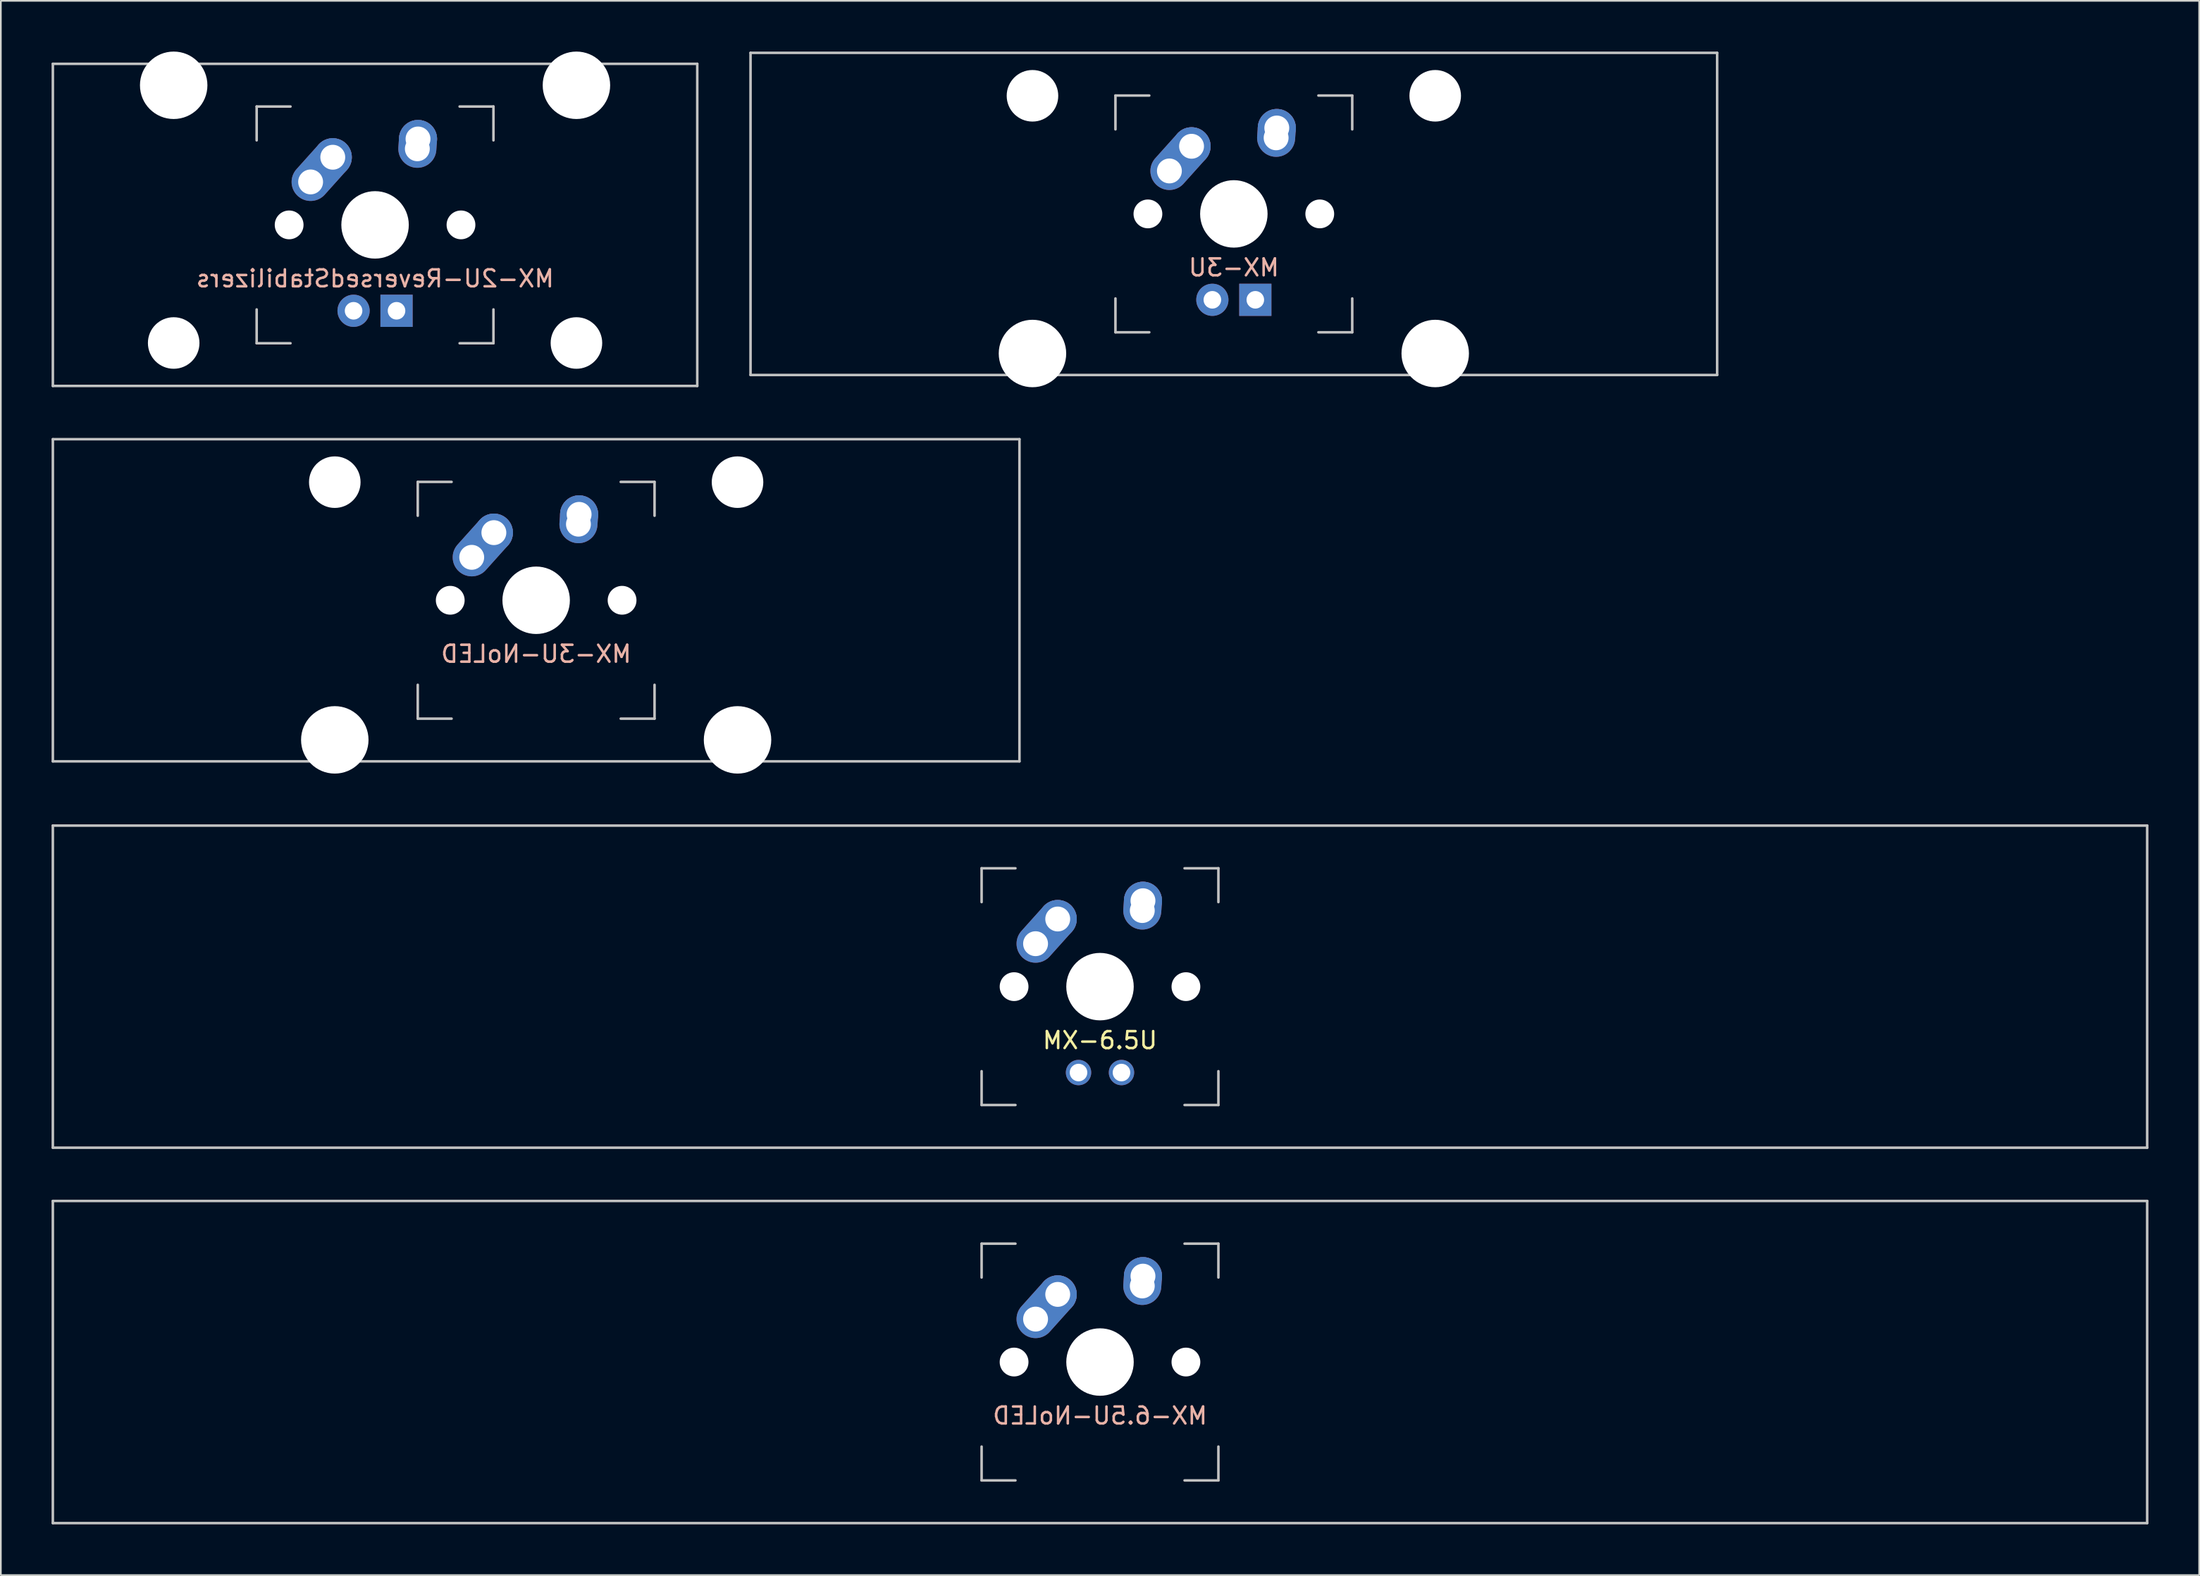
<source format=kicad_pcb>
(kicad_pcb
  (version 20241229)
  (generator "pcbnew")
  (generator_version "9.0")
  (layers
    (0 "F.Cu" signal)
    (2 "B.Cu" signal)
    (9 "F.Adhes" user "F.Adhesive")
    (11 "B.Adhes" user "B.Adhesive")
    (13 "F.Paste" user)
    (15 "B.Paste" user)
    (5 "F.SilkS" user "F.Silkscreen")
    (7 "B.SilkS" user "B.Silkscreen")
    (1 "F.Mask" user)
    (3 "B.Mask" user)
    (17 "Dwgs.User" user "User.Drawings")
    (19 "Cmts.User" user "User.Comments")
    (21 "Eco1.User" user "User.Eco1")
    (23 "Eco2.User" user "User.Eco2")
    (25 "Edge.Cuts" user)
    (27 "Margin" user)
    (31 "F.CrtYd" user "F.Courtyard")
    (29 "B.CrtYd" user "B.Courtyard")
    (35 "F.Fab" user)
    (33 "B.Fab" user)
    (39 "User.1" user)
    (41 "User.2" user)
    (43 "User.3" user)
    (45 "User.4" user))
  (footprint "MX-6.5U-NoLED"
    (layer "F.Cu")
    (at 61.987 77.498)
    (property "Reference" "MX-6.5U-NoLED" (at 0 3.175 0) (layer "B.SilkS") (effects (font (size 1 1) (thickness 0.15)) (justify mirror)))
    (attr through_hole)
    (fp_line (start -61.913 -9.525) (end 61.913 -9.525) (stroke (width 0.15) (type solid)) (layer "Dwgs.User"))
    (fp_line (start -61.913 9.525) (end -61.913 -9.525) (stroke (width 0.15) (type solid)) (layer "Dwgs.User"))
    (fp_line (start -7 -7) (end -7 -5) (stroke (width 0.15) (type solid)) (layer "Dwgs.User"))
    (fp_line (start -7 5) (end -7 7) (stroke (width 0.15) (type solid)) (layer "Dwgs.User"))
    (fp_line (start -7 7) (end -5 7) (stroke (width 0.15) (type solid)) (layer "Dwgs.User"))
    (fp_line (start -5 -7) (end -7 -7) (stroke (width 0.15) (type solid)) (layer "Dwgs.User"))
    (fp_line (start 5 -7) (end 7 -7) (stroke (width 0.15) (type solid)) (layer "Dwgs.User"))
    (fp_line (start 5 7) (end 7 7) (stroke (width 0.15) (type solid)) (layer "Dwgs.User"))
    (fp_line (start 7 -7) (end 7 -5) (stroke (width 0.15) (type solid)) (layer "Dwgs.User"))
    (fp_line (start 7 7) (end 7 5) (stroke (width 0.15) (type solid)) (layer "Dwgs.User"))
    (fp_line (start 61.913 -9.525) (end 61.913 9.525) (stroke (width 0.15) (type solid)) (layer "Dwgs.User"))
    (fp_line (start 61.913 9.525) (end -61.913 9.525) (stroke (width 0.15) (type solid)) (layer "Dwgs.User"))
    (pad "" np_thru_hole circle (at -5.08 0 48.1) (size 1.702 1.702) (drill 1.702) (layers "*.Cu" "*.Mask"))
    (pad "" np_thru_hole circle (at 0 0) (size 3.988 3.988) (drill 3.988) (layers "*.Cu" "*.Mask"))
    (pad "" np_thru_hole circle (at 5.08 0 48.1) (size 1.702 1.702) (drill 1.702) (layers "*.Cu" "*.Mask"))
    (pad "1" thru_hole oval (at -3.81 -2.54 48.1) (size 4.212 2.25) (drill 1.47 (offset 0.981 0)) (layers "*.Cu" "*.Mask"))
    (pad "1" thru_hole circle (at -2.5 -4) (size 2.25 2.25) (drill 1.47) (layers "*.Cu" "*.Mask"))
    (pad "2" thru_hole oval (at 2.5 -4.5 86.055) (size 2.831 2.25) (drill 1.47 (offset 0.291 0)) (layers "*.Cu" "*.Mask"))
    (pad "2" thru_hole circle (at 2.54 -5.08) (size 2.25 2.25) (drill 1.47) (layers "*.Cu" "*.Mask")))
  (footprint "MX-3U-NoLED"
    (layer "F.Cu")
    (at 28.65 32.449)
    (property "Reference" "MX-3U-NoLED" (at 0 3.175 0) (layer "B.SilkS") (effects (font (size 1 1) (thickness 0.15)) (justify mirror)))
    (attr through_hole)
    (fp_line (start -28.575 -9.525) (end 28.575 -9.525) (stroke (width 0.15) (type solid)) (layer "Dwgs.User"))
    (fp_line (start -28.575 9.525) (end -28.575 -9.525) (stroke (width 0.15) (type solid)) (layer "Dwgs.User"))
    (fp_line (start -28.575 9.525) (end 28.575 9.525) (stroke (width 0.15) (type solid)) (layer "Dwgs.User"))
    (fp_line (start -7 -7) (end -7 -5) (stroke (width 0.15) (type solid)) (layer "Dwgs.User"))
    (fp_line (start -7 5) (end -7 7) (stroke (width 0.15) (type solid)) (layer "Dwgs.User"))
    (fp_line (start -7 7) (end -5 7) (stroke (width 0.15) (type solid)) (layer "Dwgs.User"))
    (fp_line (start -5 -7) (end -7 -7) (stroke (width 0.15) (type solid)) (layer "Dwgs.User"))
    (fp_line (start 5 -7) (end 7 -7) (stroke (width 0.15) (type solid)) (layer "Dwgs.User"))
    (fp_line (start 5 7) (end 7 7) (stroke (width 0.15) (type solid)) (layer "Dwgs.User"))
    (fp_line (start 7 -7) (end 7 -5) (stroke (width 0.15) (type solid)) (layer "Dwgs.User"))
    (fp_line (start 7 7) (end 7 5) (stroke (width 0.15) (type solid)) (layer "Dwgs.User"))
    (fp_line (start 28.575 -9.525) (end 28.575 9.525) (stroke (width 0.15) (type solid)) (layer "Dwgs.User"))
    (pad "" np_thru_hole circle (at -11.906 -6.985) (size 3.048 3.048) (drill 3.048) (layers "*.Cu" "*.Mask"))
    (pad "" np_thru_hole circle (at -11.906 8.255) (size 3.988 3.988) (drill 3.988) (layers "*.Cu" "*.Mask"))
    (pad "" np_thru_hole circle (at -5.08 0 48.1) (size 1.702 1.702) (drill 1.702) (layers "*.Cu" "*.Mask"))
    (pad "" np_thru_hole circle (at 0 0) (size 3.988 3.988) (drill 3.988) (layers "*.Cu" "*.Mask"))
    (pad "" np_thru_hole circle (at 5.08 0 48.1) (size 1.702 1.702) (drill 1.702) (layers "*.Cu" "*.Mask"))
    (pad "" np_thru_hole circle (at 11.906 -6.985) (size 3.048 3.048) (drill 3.048) (layers "*.Cu" "*.Mask"))
    (pad "" np_thru_hole circle (at 11.906 8.255) (size 3.988 3.988) (drill 3.988) (layers "*.Cu" "*.Mask"))
    (pad "1" thru_hole oval (at -3.81 -2.54 48.1) (size 4.212 2.25) (drill 1.47 (offset 0.981 0)) (layers "*.Cu" "*.Mask"))
    (pad "1" thru_hole circle (at -2.5 -4) (size 2.25 2.25) (drill 1.47) (layers "*.Cu" "*.Mask"))
    (pad "2" thru_hole oval (at 2.5 -4.5 86.055) (size 2.831 2.25) (drill 1.47 (offset 0.291 0)) (layers "*.Cu" "*.Mask"))
    (pad "2" thru_hole circle (at 2.54 -5.08) (size 2.25 2.25) (drill 1.47) (layers "*.Cu" "*.Mask")))
  (footprint "MX-6.5U"
    (layer "F.Cu")
    (at 61.987 55.298)
    (property "Reference" "MX-6.5U" (at 0 3.175 0) (layer "F.SilkS") (effects (font (size 1 1) (thickness 0.15))))
    (attr through_hole)
    (fp_line (start -61.913 -9.525) (end 61.913 -9.525) (stroke (width 0.15) (type solid)) (layer "Dwgs.User"))
    (fp_line (start -61.913 9.525) (end -61.913 -9.525) (stroke (width 0.15) (type solid)) (layer "Dwgs.User"))
    (fp_line (start -7 -7) (end -7 -5) (stroke (width 0.15) (type solid)) (layer "Dwgs.User"))
    (fp_line (start -7 5) (end -7 7) (stroke (width 0.15) (type solid)) (layer "Dwgs.User"))
    (fp_line (start -7 7) (end -5 7) (stroke (width 0.15) (type solid)) (layer "Dwgs.User"))
    (fp_line (start -5 -7) (end -7 -7) (stroke (width 0.15) (type solid)) (layer "Dwgs.User"))
    (fp_line (start 5 -7) (end 7 -7) (stroke (width 0.15) (type solid)) (layer "Dwgs.User"))
    (fp_line (start 5 7) (end 7 7) (stroke (width 0.15) (type solid)) (layer "Dwgs.User"))
    (fp_line (start 7 -7) (end 7 -5) (stroke (width 0.15) (type solid)) (layer "Dwgs.User"))
    (fp_line (start 7 7) (end 7 5) (stroke (width 0.15) (type solid)) (layer "Dwgs.User"))
    (fp_line (start 61.913 -9.525) (end 61.913 9.525) (stroke (width 0.15) (type solid)) (layer "Dwgs.User"))
    (fp_line (start 61.913 9.525) (end -61.913 9.525) (stroke (width 0.15) (type solid)) (layer "Dwgs.User"))
    (pad "" np_thru_hole circle (at -5.08 0 48.1) (size 1.702 1.702) (drill 1.702) (layers "*.Cu" "*.Mask"))
    (pad "" np_thru_hole circle (at 0 0) (size 3.988 3.988) (drill 3.988) (layers "*.Cu" "*.Mask"))
    (pad "" np_thru_hole circle (at 5.08 0 48.1) (size 1.702 1.702) (drill 1.702) (layers "*.Cu" "*.Mask"))
    (pad "1" thru_hole oval (at -3.81 -2.54 48.1) (size 4.212 2.25) (drill 1.47 (offset 0.981 0)) (layers "*.Cu" "*.Mask"))
    (pad "1" thru_hole circle (at -2.5 -4) (size 2.25 2.25) (drill 1.47) (layers "*.Cu" "*.Mask"))
    (pad "2" thru_hole oval (at 2.5 -4.5 86.055) (size 2.831 2.25) (drill 1.47 (offset 0.291 0)) (layers "*.Cu" "*.Mask"))
    (pad "2" thru_hole circle (at 2.54 -5.08) (size 2.25 2.25) (drill 1.47) (layers "*.Cu" "*.Mask"))
    (pad "3" thru_hole circle (at -1.27 5.08) (size 1.5 1.5) (drill 1.04) (layers "*.Cu" "*.Mask"))
    (pad "4" thru_hole circle (at 1.27 5.08) (size 1.5 1.5) (drill 1.04) (layers "*.Cu" "*.Mask")))
  (footprint "MX-2U-ReversedStabilizers"
    (layer "F.Cu")
    (at 19.125 10.249)
    (property "Reference" "MX-2U-ReversedStabilizers" (at 0 3.175 0) (layer "B.SilkS") (effects (font (size 1 1) (thickness 0.15)) (justify mirror)))
    (attr through_hole)
    (fp_line (start -19.05 -9.525) (end 19.05 -9.525) (stroke (width 0.15) (type solid)) (layer "Dwgs.User"))
    (fp_line (start -19.05 9.525) (end -19.05 -9.525) (stroke (width 0.15) (type solid)) (layer "Dwgs.User"))
    (fp_line (start -19.05 9.525) (end 19.05 9.525) (stroke (width 0.15) (type solid)) (layer "Dwgs.User"))
    (fp_line (start -7 -7) (end -7 -5) (stroke (width 0.15) (type solid)) (layer "Dwgs.User"))
    (fp_line (start -7 5) (end -7 7) (stroke (width 0.15) (type solid)) (layer "Dwgs.User"))
    (fp_line (start -7 7) (end -5 7) (stroke (width 0.15) (type solid)) (layer "Dwgs.User"))
    (fp_line (start -5 -7) (end -7 -7) (stroke (width 0.15) (type solid)) (layer "Dwgs.User"))
    (fp_line (start 5 -7) (end 7 -7) (stroke (width 0.15) (type solid)) (layer "Dwgs.User"))
    (fp_line (start 5 7) (end 7 7) (stroke (width 0.15) (type solid)) (layer "Dwgs.User"))
    (fp_line (start 7 -7) (end 7 -5) (stroke (width 0.15) (type solid)) (layer "Dwgs.User"))
    (fp_line (start 7 7) (end 7 5) (stroke (width 0.15) (type solid)) (layer "Dwgs.User"))
    (fp_line (start 19.05 -9.525) (end 19.05 9.525) (stroke (width 0.15) (type solid)) (layer "Dwgs.User"))
    (pad "" np_thru_hole circle (at -11.906 -8.255) (size 3.988 3.988) (drill 3.988) (layers "*.Cu" "*.Mask"))
    (pad "" np_thru_hole circle (at -11.906 6.985) (size 3.048 3.048) (drill 3.048) (layers "*.Cu" "*.Mask"))
    (pad "" np_thru_hole circle (at -5.08 0 48.1) (size 1.702 1.702) (drill 1.702) (layers "*.Cu" "*.Mask"))
    (pad "" np_thru_hole circle (at 0 0) (size 3.988 3.988) (drill 3.988) (layers "*.Cu" "*.Mask"))
    (pad "" np_thru_hole circle (at 5.08 0 48.1) (size 1.702 1.702) (drill 1.702) (layers "*.Cu" "*.Mask"))
    (pad "" np_thru_hole circle (at 11.906 -8.255) (size 3.988 3.988) (drill 3.988) (layers "*.Cu" "*.Mask"))
    (pad "" np_thru_hole circle (at 11.906 6.985) (size 3.048 3.048) (drill 3.048) (layers "*.Cu" "*.Mask"))
    (pad "1" thru_hole oval (at -3.81 -2.54 48.1) (size 4.212 2.25) (drill 1.47 (offset 0.981 0)) (layers "*.Cu" "*.Mask"))
    (pad "1" thru_hole circle (at -2.5 -4) (size 2.25 2.25) (drill 1.47) (layers "*.Cu" "*.Mask"))
    (pad "2" thru_hole oval (at 2.5 -4.5 86.055) (size 2.831 2.25) (drill 1.47 (offset 0.291 0)) (layers "*.Cu" "*.Mask"))
    (pad "2" thru_hole circle (at 2.54 -5.08) (size 2.25 2.25) (drill 1.47) (layers "*.Cu" "*.Mask"))
    (pad "3" thru_hole circle (at -1.27 5.08) (size 1.905 1.905) (drill 1.04) (layers "*.Cu" "*.Mask"))
    (pad "4" thru_hole rect (at 1.27 5.08) (size 1.905 1.905) (drill 1.04) (layers "*.Cu" "*.Mask")))
  (footprint "MX-3U"
    (layer "F.Cu")
    (at 69.9 9.6)
    (property "Reference" "MX-3U" (at 0 3.175 0) (layer "B.SilkS") (effects (font (size 1 1) (thickness 0.15)) (justify mirror)))
    (attr through_hole)
    (fp_line (start -28.575 -9.525) (end 28.575 -9.525) (stroke (width 0.15) (type solid)) (layer "Dwgs.User"))
    (fp_line (start -28.575 9.525) (end -28.575 -9.525) (stroke (width 0.15) (type solid)) (layer "Dwgs.User"))
    (fp_line (start -28.575 9.525) (end 28.575 9.525) (stroke (width 0.15) (type solid)) (layer "Dwgs.User"))
    (fp_line (start -7 -7) (end -7 -5) (stroke (width 0.15) (type solid)) (layer "Dwgs.User"))
    (fp_line (start -7 5) (end -7 7) (stroke (width 0.15) (type solid)) (layer "Dwgs.User"))
    (fp_line (start -7 7) (end -5 7) (stroke (width 0.15) (type solid)) (layer "Dwgs.User"))
    (fp_line (start -5 -7) (end -7 -7) (stroke (width 0.15) (type solid)) (layer "Dwgs.User"))
    (fp_line (start 5 -7) (end 7 -7) (stroke (width 0.15) (type solid)) (layer "Dwgs.User"))
    (fp_line (start 5 7) (end 7 7) (stroke (width 0.15) (type solid)) (layer "Dwgs.User"))
    (fp_line (start 7 -7) (end 7 -5) (stroke (width 0.15) (type solid)) (layer "Dwgs.User"))
    (fp_line (start 7 7) (end 7 5) (stroke (width 0.15) (type solid)) (layer "Dwgs.User"))
    (fp_line (start 28.575 -9.525) (end 28.575 9.525) (stroke (width 0.15) (type solid)) (layer "Dwgs.User"))
    (pad "" np_thru_hole circle (at -11.906 -6.985) (size 3.048 3.048) (drill 3.048) (layers "*.Cu" "*.Mask"))
    (pad "" np_thru_hole circle (at -11.906 8.255) (size 3.988 3.988) (drill 3.988) (layers "*.Cu" "*.Mask"))
    (pad "" np_thru_hole circle (at -5.08 0 48.1) (size 1.702 1.702) (drill 1.702) (layers "*.Cu" "*.Mask"))
    (pad "" np_thru_hole circle (at 0 0) (size 3.988 3.988) (drill 3.988) (layers "*.Cu" "*.Mask"))
    (pad "" np_thru_hole circle (at 5.08 0 48.1) (size 1.702 1.702) (drill 1.702) (layers "*.Cu" "*.Mask"))
    (pad "" np_thru_hole circle (at 11.906 -6.985) (size 3.048 3.048) (drill 3.048) (layers "*.Cu" "*.Mask"))
    (pad "" np_thru_hole circle (at 11.906 8.255) (size 3.988 3.988) (drill 3.988) (layers "*.Cu" "*.Mask"))
    (pad "1" thru_hole oval (at -3.81 -2.54 48.1) (size 4.212 2.25) (drill 1.47 (offset 0.981 0)) (layers "*.Cu" "*.Mask"))
    (pad "1" thru_hole circle (at -2.5 -4) (size 2.25 2.25) (drill 1.47) (layers "*.Cu" "*.Mask"))
    (pad "2" thru_hole oval (at 2.5 -4.5 86.055) (size 2.831 2.25) (drill 1.47 (offset 0.291 0)) (layers "*.Cu" "*.Mask"))
    (pad "2" thru_hole circle (at 2.54 -5.08) (size 2.25 2.25) (drill 1.47) (layers "*.Cu" "*.Mask"))
    (pad "3" thru_hole circle (at -1.27 5.08) (size 1.905 1.905) (drill 1.04) (layers "*.Cu" "*.Mask"))
    (pad "4" thru_hole rect (at 1.27 5.08) (size 1.905 1.905) (drill 1.04) (layers "*.Cu" "*.Mask")))
  (gr_rect
    (start -3 -3)
    (end 126.975 90.098)
    (stroke (width 0.1) (type default))
    (fill no)
    (layer "Edge.Cuts")))
</source>
